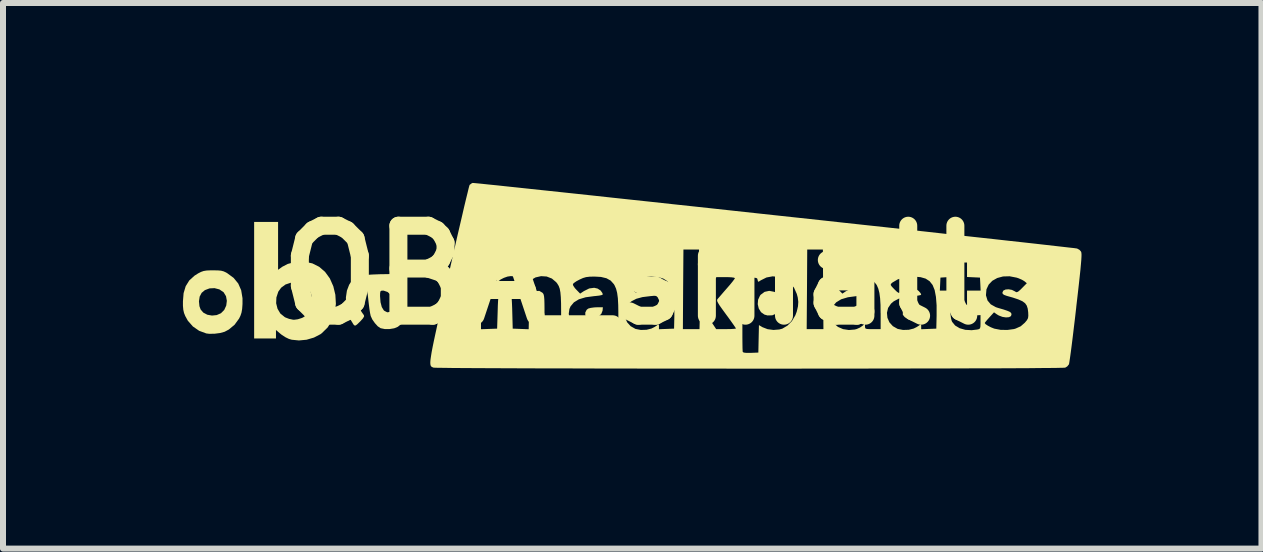
<source format=kicad_pcb>
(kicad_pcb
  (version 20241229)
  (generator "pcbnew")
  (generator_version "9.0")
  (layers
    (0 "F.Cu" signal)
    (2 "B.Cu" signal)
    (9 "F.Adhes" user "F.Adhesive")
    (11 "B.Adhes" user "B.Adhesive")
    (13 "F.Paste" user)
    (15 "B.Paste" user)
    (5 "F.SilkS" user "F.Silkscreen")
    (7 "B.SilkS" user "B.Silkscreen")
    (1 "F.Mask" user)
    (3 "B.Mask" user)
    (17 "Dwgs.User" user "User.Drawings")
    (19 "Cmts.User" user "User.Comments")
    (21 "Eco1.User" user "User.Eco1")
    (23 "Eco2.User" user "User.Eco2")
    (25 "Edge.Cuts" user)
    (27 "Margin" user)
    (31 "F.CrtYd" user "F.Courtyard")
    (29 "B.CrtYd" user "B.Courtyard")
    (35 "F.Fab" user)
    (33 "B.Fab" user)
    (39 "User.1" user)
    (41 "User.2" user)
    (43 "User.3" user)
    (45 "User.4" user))
  (footprint "OBA_small"
    (layer "F.Cu")
    (at 7.485 1.535)
    (property "Reference" "OBA_small" (at 0 0 0) (layer "F.SilkS") (effects (font (size 1.5 1.5) (thickness 0.3))))
    (attr board_only exclude_from_pos_files exclude_from_bom)
    (fp_poly (pts (xy -0.489 0.594) (xy -0.51 0.647) (xy -0.555 0.69) (xy -0.615 0.719) (xy -0.679 0.729) (xy -0.738 0.715) (xy -0.753 0.706) (xy -0.777 0.67) (xy -0.777 0.624) (xy -0.755 0.581) (xy -0.729 0.56) (xy -0.687 0.548) (xy -0.627 0.54) (xy -0.584 0.538) (xy -0.484 0.538)) (stroke (width 0) (type solid)) (fill yes) (layer "F.SilkS"))
    (fp_poly (pts (xy 3.883 0.594) (xy 3.862 0.647) (xy 3.817 0.69) (xy 3.757 0.719) (xy 3.693 0.729) (xy 3.635 0.715) (xy 3.619 0.706) (xy 3.595 0.67) (xy 3.595 0.624) (xy 3.617 0.581) (xy 3.643 0.56) (xy 3.685 0.548) (xy 3.745 0.54) (xy 3.788 0.538) (xy 3.889 0.538)) (stroke (width 0) (type solid)) (fill yes) (layer "F.SilkS"))
    (fp_poly (pts (xy 0.401 0.539) (xy 0.434 0.544) (xy 0.448 0.555) (xy 0.451 0.574) (xy 0.435 0.637) (xy 0.389 0.686) (xy 0.355 0.704) (xy 0.277 0.726) (xy 0.212 0.72) (xy 0.177 0.702) (xy 0.144 0.664) (xy 0.145 0.621) (xy 0.18 0.578) (xy 0.185 0.574) (xy 0.222 0.552) (xy 0.271 0.541) (xy 0.341 0.538)) (stroke (width 0) (type solid)) (fill yes) (layer "F.SilkS"))
    (fp_poly (pts (xy 4.773 0.539) (xy 4.806 0.544) (xy 4.82 0.555) (xy 4.823 0.574) (xy 4.807 0.637) (xy 4.761 0.686) (xy 4.727 0.704) (xy 4.649 0.726) (xy 4.585 0.72) (xy 4.549 0.702) (xy 4.517 0.664) (xy 4.517 0.621) (xy 4.552 0.578) (xy 4.557 0.574) (xy 4.594 0.552) (xy 4.644 0.541) (xy 4.713 0.538)) (stroke (width 0) (type solid)) (fill yes) (layer "F.SilkS"))
    (fp_poly (pts (xy 2.372 0.28) (xy 2.383 0.284) (xy 2.443 0.326) (xy 2.482 0.389) (xy 2.497 0.463) (xy 2.485 0.541) (xy 2.464 0.586) (xy 2.411 0.642) (xy 2.34 0.672) (xy 2.261 0.674) (xy 2.21 0.66) (xy 2.153 0.62) (xy 2.115 0.559) (xy 2.098 0.486) (xy 2.104 0.412) (xy 2.135 0.345) (xy 2.147 0.329) (xy 2.212 0.281) (xy 2.289 0.264)) (stroke (width 0) (type solid)) (fill yes) (layer "F.SilkS"))
    (fp_poly (pts (xy -6.904 -0.077) (xy -6.849 -0.072) (xy -6.807 -0.061) (xy -6.766 -0.042) (xy -6.746 -0.03) (xy -6.64 0.048) (xy -6.563 0.142) (xy -6.514 0.254) (xy -6.492 0.387) (xy -6.492 0.483) (xy -6.498 0.567) (xy -6.509 0.628) (xy -6.527 0.681) (xy -6.549 0.726) (xy -6.624 0.829) (xy -6.72 0.909) (xy -6.79 0.946) (xy -6.866 0.967) (xy -6.958 0.979) (xy -7.048 0.98) (xy -7.096 0.974) (xy -7.215 0.93) (xy -7.319 0.858) (xy -7.404 0.761) (xy -7.446 0.685) (xy -7.467 0.633) (xy -7.479 0.58) (xy -7.485 0.513) (xy -7.485 0.442) (xy -7.485 0.438) (xy -7.218 0.438) (xy -7.21 0.52) (xy -7.19 0.575) (xy -7.145 0.627) (xy -7.079 0.662) (xy -7.001 0.676) (xy -6.922 0.668) (xy -6.851 0.637) (xy -6.796 0.581) (xy -6.763 0.509) (xy -6.753 0.43) (xy -6.767 0.353) (xy -6.806 0.289) (xy -6.809 0.286) (xy -6.877 0.24) (xy -6.958 0.219) (xy -7.042 0.223) (xy -7.119 0.252) (xy -7.173 0.297) (xy -7.206 0.359) (xy -7.218 0.438) (xy -7.485 0.438) (xy -7.474 0.302) (xy -7.439 0.186) (xy -7.379 0.09) (xy -7.292 0.011) (xy -7.232 -0.027) (xy -7.183 -0.052) (xy -7.14 -0.067) (xy -7.091 -0.075) (xy -7.024 -0.078) (xy -6.983 -0.078)) (stroke (width 0) (type solid)) (fill yes) (layer "F.SilkS"))
    (fp_poly (pts (xy -5.899 -0.486) (xy -5.899 -0.087) (xy -5.828 -0.138) (xy -5.737 -0.185) (xy -5.625 -0.214) (xy -5.501 -0.223) (xy -5.454 -0.221) (xy -5.328 -0.194) (xy -5.214 -0.137) (xy -5.116 -0.053) (xy -5.036 0.057) (xy -4.978 0.188) (xy -4.944 0.329) (xy -4.935 0.481) (xy -4.955 0.626) (xy -5.001 0.759) (xy -5.073 0.875) (xy -5.169 0.969) (xy -5.191 0.986) (xy -5.301 1.043) (xy -5.424 1.079) (xy -5.551 1.091) (xy -5.672 1.079) (xy -5.719 1.065) (xy -5.775 1.038) (xy -5.837 0.998) (xy -5.862 0.978) (xy -5.934 0.917) (xy -5.934 0.988) (xy -5.934 1.058) (xy -6.116 1.058) (xy -6.298 1.058) (xy -6.298 0.471) (xy -5.931 0.471) (xy -5.908 0.563) (xy -5.861 0.642) (xy -5.79 0.7) (xy -5.778 0.707) (xy -5.716 0.731) (xy -5.651 0.745) (xy -5.63 0.746) (xy -5.57 0.738) (xy -5.504 0.717) (xy -5.482 0.707) (xy -5.41 0.658) (xy -5.363 0.593) (xy -5.34 0.508) (xy -5.335 0.434) (xy -5.339 0.359) (xy -5.351 0.304) (xy -5.377 0.254) (xy -5.437 0.186) (xy -5.515 0.143) (xy -5.602 0.125) (xy -5.691 0.13) (xy -5.775 0.158) (xy -5.847 0.211) (xy -5.895 0.277) (xy -5.927 0.374) (xy -5.931 0.471) (xy -6.298 0.471) (xy -6.298 0.087) (xy -6.298 -0.885) (xy -6.098 -0.885) (xy -5.899 -0.885)) (stroke (width 0) (type solid)) (fill yes) (layer "F.SilkS"))
    (fp_poly (pts (xy -3.782 0.12) (xy -3.782 0.26) (xy -3.837 0.26) (xy -3.892 0.26) (xy -3.855 0.3) (xy -3.803 0.378) (xy -3.773 0.472) (xy -3.765 0.573) (xy -3.779 0.672) (xy -3.813 0.763) (xy -3.868 0.836) (xy -3.902 0.863) (xy -3.962 0.888) (xy -4.04 0.901) (xy -4.12 0.901) (xy -4.188 0.887) (xy -4.191 0.886) (xy -4.237 0.855) (xy -4.285 0.802) (xy -4.328 0.741) (xy -4.355 0.682) (xy -4.355 0.681) (xy -4.365 0.635) (xy -4.376 0.566) (xy -4.386 0.485) (xy -4.391 0.443) (xy -4.399 0.37) (xy -4.401 0.351) (xy -4.199 0.351) (xy -4.191 0.453) (xy -4.17 0.534) (xy -4.137 0.588) (xy -4.125 0.598) (xy -4.078 0.622) (xy -4.04 0.616) (xy -4.008 0.59) (xy -3.979 0.537) (xy -3.973 0.485) (xy -3.986 0.401) (xy -4.02 0.331) (xy -4.073 0.283) (xy -4.137 0.261) (xy -4.15 0.26) (xy -4.178 0.262) (xy -4.193 0.274) (xy -4.198 0.305) (xy -4.199 0.351) (xy -4.401 0.351) (xy -4.407 0.31) (xy -4.413 0.272) (xy -4.416 0.262) (xy -4.435 0.265) (xy -4.468 0.286) (xy -4.503 0.318) (xy -4.533 0.352) (xy -4.542 0.366) (xy -4.555 0.411) (xy -4.558 0.47) (xy -4.557 0.481) (xy -4.55 0.527) (xy -4.534 0.569) (xy -4.505 0.618) (xy -4.468 0.67) (xy -4.465 0.691) (xy -4.484 0.723) (xy -4.526 0.77) (xy -4.532 0.776) (xy -4.576 0.819) (xy -4.603 0.84) (xy -4.621 0.843) (xy -4.636 0.831) (xy -4.642 0.824) (xy -4.701 0.727) (xy -4.742 0.615) (xy -4.765 0.494) (xy -4.768 0.373) (xy -4.751 0.259) (xy -4.714 0.162) (xy -4.689 0.124) (xy -4.655 0.083) (xy -4.616 0.052) (xy -4.57 0.028) (xy -4.51 0.011) (xy -4.433 -0.001) (xy -4.332 -0.008) (xy -4.204 -0.013) (xy -4.134 -0.014) (xy -3.782 -0.02)) (stroke (width 0) (type solid)) (fill yes) (layer "F.SilkS"))
    (fp_poly (pts (xy -2.637 -1.534) (xy -2.585 -1.529) (xy -2.502 -1.521) (xy -2.39 -1.509) (xy -2.249 -1.495) (xy -2.083 -1.477) (xy -1.892 -1.457) (xy -1.678 -1.434) (xy -1.442 -1.409) (xy -1.187 -1.382) (xy -0.915 -1.353) (xy -0.625 -1.322) (xy -0.322 -1.289) (xy -0.005 -1.255) (xy 0.323 -1.22) (xy 0.661 -1.183) (xy 1.007 -1.146) (xy 1.359 -1.108) (xy 1.716 -1.069) (xy 2.076 -1.03) (xy 2.437 -0.991) (xy 2.798 -0.952) (xy 3.158 -0.913) (xy 3.513 -0.874) (xy 3.864 -0.836) (xy 4.207 -0.799) (xy 4.542 -0.762) (xy 4.867 -0.727) (xy 5.18 -0.692) (xy 5.48 -0.659) (xy 5.764 -0.628) (xy 6.032 -0.599) (xy 6.281 -0.571) (xy 6.51 -0.546) (xy 6.717 -0.523) (xy 6.901 -0.502) (xy 7.06 -0.484) (xy 7.192 -0.469) (xy 7.296 -0.457) (xy 7.37 -0.449) (xy 7.412 -0.443) (xy 7.421 -0.442) (xy 7.46 -0.421) (xy 7.485 -0.394) (xy 7.491 -0.383) (xy 7.494 -0.366) (xy 7.496 -0.339) (xy 7.495 -0.302) (xy 7.492 -0.249) (xy 7.486 -0.18) (xy 7.478 -0.09) (xy 7.466 0.022) (xy 7.451 0.16) (xy 7.432 0.327) (xy 7.409 0.525) (xy 7.407 0.547) (xy 7.387 0.721) (xy 7.367 0.886) (xy 7.349 1.037) (xy 7.332 1.173) (xy 7.317 1.288) (xy 7.304 1.381) (xy 7.294 1.447) (xy 7.288 1.483) (xy 7.287 1.488) (xy 7.258 1.524) (xy 7.225 1.544) (xy 7.204 1.546) (xy 7.15 1.547) (xy 7.064 1.549) (xy 6.949 1.55) (xy 6.805 1.551) (xy 6.635 1.553) (xy 6.44 1.554) (xy 6.222 1.555) (xy 5.982 1.556) (xy 5.723 1.556) (xy 5.445 1.557) (xy 5.15 1.558) (xy 4.84 1.558) (xy 4.517 1.559) (xy 4.183 1.559) (xy 3.838 1.56) (xy 3.484 1.56) (xy 3.124 1.56) (xy 2.759 1.561) (xy 2.39 1.561) (xy 2.019 1.561) (xy 1.648 1.561) (xy 1.278 1.56) (xy 0.912 1.56) (xy 0.55 1.56) (xy 0.194 1.56) (xy -0.154 1.559) (xy -0.492 1.559) (xy -0.819 1.558) (xy -1.134 1.557) (xy -1.433 1.557) (xy -1.717 1.556) (xy -1.983 1.555) (xy -2.229 1.554) (xy -2.455 1.553) (xy -2.658 1.552) (xy -2.836 1.551) (xy -2.989 1.55) (xy -3.113 1.548) (xy -3.209 1.547) (xy -3.274 1.546) (xy -3.306 1.544) (xy -3.31 1.544) (xy -3.325 1.537) (xy -3.338 1.531) (xy -3.348 1.521) (xy -3.356 1.507) (xy -3.36 1.485) (xy -3.361 1.454) (xy -3.358 1.413) (xy -3.35 1.357) (xy -3.339 1.287) (xy -3.322 1.198) (xy -3.3 1.091) (xy -3.272 0.961) (xy -3.264 0.925) (xy 1.842 0.925) (xy 1.842 1.042) (xy 1.843 1.14) (xy 1.844 1.215) (xy 1.846 1.264) (xy 1.847 1.28) (xy 1.864 1.293) (xy 1.905 1.298) (xy 1.975 1.298) (xy 1.982 1.298) (xy 2.108 1.293) (xy 2.113 1.064) (xy 2.118 0.835) (xy 2.177 0.87) (xy 2.262 0.903) (xy 2.36 0.916) (xy 2.458 0.908) (xy 2.48 0.902) (xy 2.914 0.902) (xy 3.054 0.902) (xy 3.193 0.902) (xy 3.191 0.646) (xy 3.319 0.646) (xy 3.332 0.729) (xy 3.365 0.801) (xy 3.37 0.808) (xy 3.435 0.865) (xy 3.52 0.902) (xy 3.617 0.917) (xy 3.715 0.909) (xy 3.749 0.9) (xy 3.802 0.876) (xy 3.847 0.845) (xy 3.847 0.845) (xy 3.886 0.809) (xy 3.886 0.856) (xy 3.888 0.879) (xy 3.896 0.893) (xy 3.92 0.9) (xy 3.966 0.902) (xy 4.016 0.902) (xy 4.147 0.902) (xy 4.147 0.643) (xy 4.146 0.63) (xy 4.252 0.63) (xy 4.26 0.713) (xy 4.293 0.789) (xy 4.351 0.853) (xy 4.43 0.898) (xy 4.433 0.899) (xy 4.521 0.916) (xy 4.616 0.913) (xy 4.697 0.893) (xy 4.747 0.868) (xy 4.788 0.842) (xy 4.792 0.838) (xy 4.815 0.821) (xy 4.822 0.831) (xy 4.823 0.857) (xy 4.823 0.904) (xy 4.949 0.899) (xy 5.075 0.894) (xy 5.08 0.677) (xy 5.08 0.505) (xy 5.069 0.364) (xy 5.049 0.26) (xy 5.134 0.26) (xy 5.221 0.26) (xy 5.309 0.26) (xy 5.309 0.49) (xy 5.31 0.592) (xy 5.313 0.666) (xy 5.32 0.72) (xy 5.33 0.759) (xy 5.339 0.781) (xy 5.389 0.842) (xy 5.464 0.887) (xy 5.558 0.914) (xy 5.665 0.92) (xy 5.758 0.909) (xy 5.787 0.902) (xy 5.803 0.889) (xy 5.81 0.863) (xy 5.812 0.815) (xy 5.812 0.8) (xy 5.882 0.8) (xy 5.896 0.819) (xy 5.933 0.844) (xy 5.984 0.871) (xy 6.039 0.893) (xy 6.046 0.895) (xy 6.146 0.914) (xy 6.26 0.916) (xy 6.37 0.901) (xy 6.397 0.893) (xy 6.482 0.855) (xy 6.55 0.796) (xy 6.586 0.753) (xy 6.604 0.719) (xy 6.609 0.68) (xy 6.607 0.622) (xy 6.599 0.56) (xy 6.583 0.51) (xy 6.555 0.47) (xy 6.51 0.437) (xy 6.443 0.407) (xy 6.35 0.376) (xy 6.25 0.348) (xy 6.201 0.33) (xy 6.179 0.308) (xy 6.177 0.294) (xy 6.191 0.261) (xy 6.229 0.242) (xy 6.28 0.238) (xy 6.336 0.248) (xy 6.388 0.274) (xy 6.396 0.28) (xy 6.414 0.287) (xy 6.438 0.278) (xy 6.474 0.248) (xy 6.503 0.219) (xy 6.584 0.137) (xy 6.543 0.103) (xy 6.503 0.079) (xy 6.445 0.054) (xy 6.415 0.044) (xy 6.297 0.021) (xy 6.188 0.024) (xy 6.091 0.05) (xy 6.009 0.096) (xy 5.948 0.16) (xy 5.911 0.239) (xy 5.903 0.332) (xy 5.904 0.343) (xy 5.929 0.425) (xy 5.983 0.489) (xy 6.067 0.536) (xy 6.106 0.549) (xy 6.196 0.575) (xy 6.258 0.596) (xy 6.296 0.612) (xy 6.318 0.628) (xy 6.327 0.645) (xy 6.329 0.653) (xy 6.32 0.685) (xy 6.287 0.703) (xy 6.236 0.707) (xy 6.177 0.698) (xy 6.117 0.675) (xy 6.085 0.656) (xy 6.037 0.622) (xy 5.96 0.706) (xy 5.921 0.75) (xy 5.893 0.784) (xy 5.882 0.8) (xy 5.812 0.8) (xy 5.812 0.783) (xy 5.812 0.668) (xy 5.722 0.674) (xy 5.669 0.675) (xy 5.631 0.667) (xy 5.607 0.643) (xy 5.594 0.6) (xy 5.588 0.532) (xy 5.587 0.439) (xy 5.587 0.26) (xy 5.7 0.26) (xy 5.814 0.26) (xy 5.809 0.152) (xy 5.803 0.043) (xy 5.695 0.038) (xy 5.587 0.033) (xy 5.587 -0.088) (xy 5.587 -0.208) (xy 5.448 -0.208) (xy 5.309 -0.208) (xy 5.309 -0.088) (xy 5.309 0.033) (xy 5.227 0.038) (xy 5.144 0.043) (xy 5.139 0.152) (xy 5.134 0.26) (xy 5.049 0.26) (xy 5.048 0.252) (xy 5.013 0.166) (xy 4.963 0.103) (xy 4.897 0.06) (xy 4.813 0.036) (xy 4.71 0.027) (xy 4.684 0.027) (xy 4.549 0.039) (xy 4.434 0.072) (xy 4.344 0.125) (xy 4.333 0.134) (xy 4.317 0.151) (xy 4.316 0.168) (xy 4.333 0.193) (xy 4.372 0.234) (xy 4.375 0.237) (xy 4.417 0.278) (xy 4.443 0.296) (xy 4.462 0.296) (xy 4.476 0.287) (xy 4.534 0.249) (xy 4.604 0.223) (xy 4.673 0.214) (xy 4.695 0.216) (xy 4.738 0.234) (xy 4.781 0.266) (xy 4.813 0.303) (xy 4.823 0.329) (xy 4.807 0.336) (xy 4.765 0.344) (xy 4.704 0.35) (xy 4.68 0.352) (xy 4.549 0.368) (xy 4.446 0.396) (xy 4.366 0.438) (xy 4.32 0.477) (xy 4.271 0.549) (xy 4.252 0.63) (xy 4.146 0.63) (xy 4.145 0.5) (xy 4.138 0.387) (xy 4.126 0.298) (xy 4.108 0.228) (xy 4.084 0.172) (xy 4.071 0.152) (xy 4.018 0.093) (xy 3.948 0.054) (xy 3.856 0.032) (xy 3.748 0.026) (xy 3.667 0.028) (xy 3.608 0.035) (xy 3.557 0.05) (xy 3.499 0.076) (xy 3.445 0.105) (xy 3.405 0.133) (xy 3.388 0.151) (xy 3.394 0.178) (xy 3.422 0.219) (xy 3.444 0.243) (xy 3.509 0.31) (xy 3.572 0.268) (xy 3.66 0.224) (xy 3.743 0.213) (xy 3.8 0.226) (xy 3.851 0.259) (xy 3.882 0.302) (xy 3.886 0.326) (xy 3.87 0.334) (xy 3.828 0.343) (xy 3.767 0.35) (xy 3.743 0.352) (xy 3.601 0.371) (xy 3.488 0.405) (xy 3.405 0.456) (xy 3.349 0.523) (xy 3.33 0.567) (xy 3.319 0.646) (xy 3.191 0.646) (xy 3.188 0.239) (xy 3.184 -0.425) (xy 3.054 -0.425) (xy 2.923 -0.425) (xy 2.919 0.239) (xy 2.914 0.902) (xy 2.48 0.902) (xy 2.507 0.895) (xy 2.593 0.844) (xy 2.668 0.768) (xy 2.725 0.672) (xy 2.748 0.611) (xy 2.769 0.521) (xy 2.774 0.448) (xy 2.765 0.374) (xy 2.749 0.315) (xy 2.703 0.212) (xy 2.633 0.129) (xy 2.547 0.068) (xy 2.45 0.032) (xy 2.347 0.022) (xy 2.244 0.041) (xy 2.148 0.089) (xy 2.116 0.11) (xy 2.103 0.11) (xy 2.097 0.087) (xy 2.096 0.083) (xy 2.091 0.062) (xy 2.076 0.05) (xy 2.044 0.045) (xy 1.988 0.043) (xy 1.969 0.043) (xy 1.848 0.043) (xy 1.843 0.651) (xy 1.842 0.793) (xy 1.842 0.925) (xy -3.264 0.925) (xy -3.239 0.808) (xy -3.199 0.628) (xy -3.152 0.421) (xy -3.099 0.183) (xy -3.065 0.033) (xy -2.516 0.033) (xy -2.516 0.468) (xy -2.516 0.904) (xy -2.381 0.899) (xy -2.247 0.894) (xy -2.238 0.61) (xy -2.235 0.505) (xy -2.231 0.428) (xy -2.227 0.375) (xy -2.221 0.341) (xy -2.212 0.318) (xy -2.2 0.303) (xy -2.188 0.293) (xy -2.129 0.264) (xy -2.07 0.268) (xy -2.038 0.285) (xy -2.025 0.297) (xy -2.016 0.315) (xy -2.009 0.346) (xy -2.004 0.394) (xy -2 0.464) (xy -1.996 0.561) (xy -1.995 0.601) (xy -1.987 0.894) (xy -1.854 0.899) (xy -1.721 0.904) (xy -1.715 0.624) (xy -1.709 0.344) (xy -1.66 0.302) (xy -1.6 0.267) (xy -1.543 0.265) (xy -1.492 0.295) (xy -1.479 0.31) (xy -1.47 0.33) (xy -1.464 0.361) (xy -1.46 0.407) (xy -1.458 0.474) (xy -1.457 0.569) (xy -1.457 0.616) (xy -1.457 0.902) (xy -1.319 0.902) (xy -1.18 0.902) (xy -1.18 0.646) (xy -1.053 0.646) (xy -1.04 0.729) (xy -1.007 0.801) (xy -1.002 0.808) (xy -0.937 0.865) (xy -0.852 0.902) (xy -0.755 0.917) (xy -0.657 0.909) (xy -0.623 0.9) (xy -0.57 0.876) (xy -0.525 0.845) (xy -0.525 0.845) (xy -0.486 0.809) (xy -0.486 0.856) (xy -0.484 0.879) (xy -0.476 0.893) (xy -0.452 0.9) (xy -0.406 0.902) (xy -0.356 0.902) (xy -0.226 0.902) (xy -0.226 0.643) (xy -0.226 0.63) (xy -0.12 0.63) (xy -0.112 0.713) (xy -0.079 0.789) (xy -0.021 0.853) (xy 0.058 0.898) (xy 0.061 0.899) (xy 0.149 0.916) (xy 0.244 0.913) (xy 0.325 0.893) (xy 0.375 0.868) (xy 0.416 0.842) (xy 0.42 0.838) (xy 0.442 0.821) (xy 0.45 0.831) (xy 0.451 0.857) (xy 0.451 0.904) (xy 0.489 0.902) (xy 0.85 0.902) (xy 0.988 0.902) (xy 1.127 0.902) (xy 1.132 0.7) (xy 1.136 0.498) (xy 1.271 0.7) (xy 1.405 0.902) (xy 1.57 0.902) (xy 1.641 0.901) (xy 1.697 0.898) (xy 1.729 0.894) (xy 1.735 0.892) (xy 1.725 0.875) (xy 1.698 0.835) (xy 1.657 0.777) (xy 1.606 0.706) (xy 1.569 0.656) (xy 1.507 0.571) (xy 1.463 0.509) (xy 1.436 0.465) (xy 1.422 0.436) (xy 1.42 0.417) (xy 1.426 0.403) (xy 1.427 0.402) (xy 1.448 0.378) (xy 1.486 0.334) (xy 1.535 0.277) (xy 1.584 0.221) (xy 1.637 0.16) (xy 1.68 0.107) (xy 1.708 0.069) (xy 1.718 0.052) (xy 1.701 0.044) (xy 1.657 0.038) (xy 1.59 0.035) (xy 1.564 0.035) (xy 1.41 0.035) (xy 1.273 0.193) (xy 1.136 0.352) (xy 1.128 -0.037) (xy 1.119 -0.425) (xy 0.989 -0.425) (xy 0.859 -0.425) (xy 0.854 0.239) (xy 0.85 0.902) (xy 0.489 0.902) (xy 0.577 0.899) (xy 0.703 0.894) (xy 0.708 0.677) (xy 0.707 0.505) (xy 0.697 0.364) (xy 0.675 0.252) (xy 0.641 0.166) (xy 0.591 0.103) (xy 0.525 0.06) (xy 0.441 0.036) (xy 0.337 0.027) (xy 0.312 0.027) (xy 0.177 0.039) (xy 0.062 0.072) (xy -0.028 0.125) (xy -0.039 0.134) (xy -0.055 0.151) (xy -0.056 0.168) (xy -0.039 0.193) (xy -0.000364 0.234) (xy 0.003 0.237) (xy 0.045 0.278) (xy 0.071 0.296) (xy 0.09 0.296) (xy 0.104 0.287) (xy 0.161 0.249) (xy 0.232 0.223) (xy 0.3 0.214) (xy 0.323 0.216) (xy 0.366 0.234) (xy 0.409 0.266) (xy 0.441 0.303) (xy 0.451 0.329) (xy 0.435 0.336) (xy 0.393 0.344) (xy 0.331 0.35) (xy 0.308 0.352) (xy 0.177 0.368) (xy 0.074 0.396) (xy -0.007 0.438) (xy -0.052 0.477) (xy -0.101 0.549) (xy -0.12 0.63) (xy -0.226 0.63) (xy -0.228 0.5) (xy -0.234 0.387) (xy -0.246 0.298) (xy -0.264 0.228) (xy -0.289 0.172) (xy -0.301 0.152) (xy -0.354 0.093) (xy -0.424 0.054) (xy -0.516 0.032) (xy -0.625 0.026) (xy -0.705 0.028) (xy -0.764 0.035) (xy -0.815 0.05) (xy -0.873 0.076) (xy -0.927 0.105) (xy -0.967 0.133) (xy -0.984 0.151) (xy -0.978 0.178) (xy -0.95 0.219) (xy -0.928 0.243) (xy -0.863 0.31) (xy -0.8 0.268) (xy -0.712 0.224) (xy -0.629 0.213) (xy -0.572 0.226) (xy -0.521 0.259) (xy -0.491 0.302) (xy -0.486 0.326) (xy -0.502 0.334) (xy -0.544 0.343) (xy -0.605 0.35) (xy -0.629 0.352) (xy -0.771 0.371) (xy -0.884 0.405) (xy -0.967 0.456) (xy -1.023 0.523) (xy -1.042 0.567) (xy -1.053 0.646) (xy -1.18 0.646) (xy -1.18 0.603) (xy -1.181 0.471) (xy -1.185 0.369) (xy -1.192 0.29) (xy -1.203 0.23) (xy -1.22 0.183) (xy -1.244 0.143) (xy -1.262 0.12) (xy -1.334 0.059) (xy -1.421 0.025) (xy -1.514 0.019) (xy -1.607 0.04) (xy -1.69 0.089) (xy -1.705 0.101) (xy -1.752 0.145) (xy -1.8 0.101) (xy -1.878 0.05) (xy -1.971 0.022) (xy -2.019 0.018) (xy -2.074 0.026) (xy -2.134 0.047) (xy -2.189 0.075) (xy -2.226 0.104) (xy -2.234 0.116) (xy -2.243 0.132) (xy -2.251 0.117) (xy -2.255 0.095) (xy -2.261 0.069) (xy -2.273 0.053) (xy -2.299 0.044) (xy -2.346 0.04) (xy -2.39 0.038) (xy -2.516 0.033) (xy -3.065 0.033) (xy -3.054 -0.016) (xy -3.004 -0.236) (xy -2.956 -0.446) (xy -2.911 -0.645) (xy -2.868 -0.829) (xy -2.829 -0.996) (xy -2.795 -1.144) (xy -2.765 -1.269) (xy -2.74 -1.37) (xy -2.722 -1.445) (xy -2.71 -1.49) (xy -2.705 -1.503) (xy -2.672 -1.528) (xy -2.656 -1.535)) (stroke (width 0) (type solid)) (fill yes) (layer "F.SilkS")))
  (gr_rect
    (start -3 -3)
    (end 17.981 6.096)
    (stroke (width 0.1) (type default))
    (fill no)
    (layer "Edge.Cuts")))
</source>
